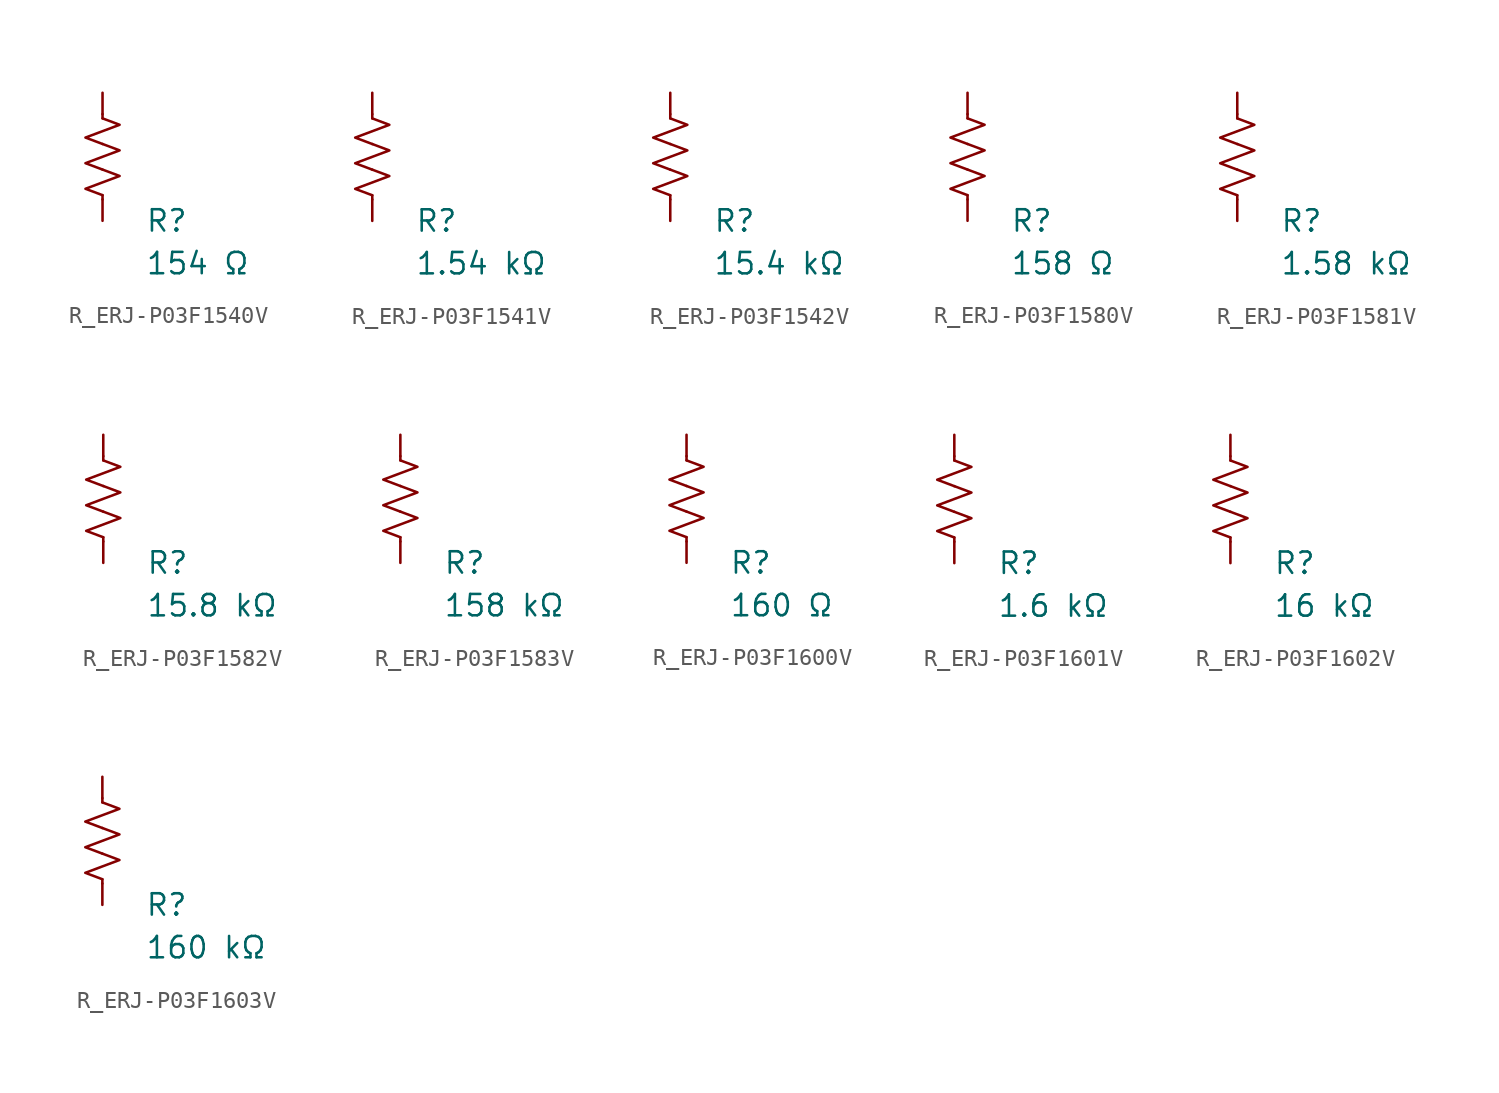
<source format=kicad_sym>
(kicad_symbol_lib
  (version 20231120)
  (generator "kicad_symbol_editor")
  (generator_version "8.0")
  (symbol "R_ERJ-P03F1540V"
    (pin_numbers hide)
    (pin_names
      (offset 0))
    (property "Reference" "R"
      (at 2.54 -3.81 0)
      (effects (font (size 1.27 1.27)) (justify left))
      (show_name no))
    (property "Value" "154 Ω"
      (at 2.54 -6.35 0)
      (effects (font (size 1.27 1.27)) (justify left))
      (show_name no))
    (symbol "R_ERJ-P03F1540V_0_1"
      (polyline (pts (xy 0 -2.286) (xy 0 -2.54)) (stroke (width 0) (type default)) (fill (type none)))
      (polyline (pts (xy 0 2.286) (xy 0 2.54)) (stroke (width 0) (type default)) (fill (type none)))
      (polyline (pts (xy 0 -0.762) (xy 1.016 -1.143) (xy 0 -1.524) (xy -1.016 -1.905) (xy 0 -2.286)) (stroke (width 0) (type default)) (fill (type none)))
      (polyline (pts (xy 0 0.762) (xy 1.016 0.381) (xy 0 0) (xy -1.016 -0.381) (xy 0 -0.762)) (stroke (width 0) (type default)) (fill (type none)))
      (polyline (pts (xy 0 2.286) (xy 1.016 1.905) (xy 0 1.524) (xy -1.016 1.143) (xy 0 0.762)) (stroke (width 0) (type default)) (fill (type none))))
    (symbol "R_ERJ-P03F1540V_1_1"
      (pin passive line (at 0 3.81 270) (length 1.27) (name "~" (effects (font (size 1.27 1.27)))) (number "1" (effects (font (size 1.27 1.27)))))
      (pin passive line (at 0 -3.81 90) (length 1.27) (name "~" (effects (font (size 1.27 1.27)))) (number "2" (effects (font (size 1.27 1.27)))))))
  (symbol "R_ERJ-P03F1541V"
    (pin_numbers hide)
    (pin_names
      (offset 0))
    (property "Reference" "R"
      (at 2.54 -3.81 0)
      (effects (font (size 1.27 1.27)) (justify left))
      (show_name no))
    (property "Value" "1.54 kΩ"
      (at 2.54 -6.35 0)
      (effects (font (size 1.27 1.27)) (justify left))
      (show_name no))
    (symbol "R_ERJ-P03F1541V_0_1"
      (polyline (pts (xy 0 -2.286) (xy 0 -2.54)) (stroke (width 0) (type default)) (fill (type none)))
      (polyline (pts (xy 0 2.286) (xy 0 2.54)) (stroke (width 0) (type default)) (fill (type none)))
      (polyline (pts (xy 0 -0.762) (xy 1.016 -1.143) (xy 0 -1.524) (xy -1.016 -1.905) (xy 0 -2.286)) (stroke (width 0) (type default)) (fill (type none)))
      (polyline (pts (xy 0 0.762) (xy 1.016 0.381) (xy 0 0) (xy -1.016 -0.381) (xy 0 -0.762)) (stroke (width 0) (type default)) (fill (type none)))
      (polyline (pts (xy 0 2.286) (xy 1.016 1.905) (xy 0 1.524) (xy -1.016 1.143) (xy 0 0.762)) (stroke (width 0) (type default)) (fill (type none))))
    (symbol "R_ERJ-P03F1541V_1_1"
      (pin passive line (at 0 3.81 270) (length 1.27) (name "~" (effects (font (size 1.27 1.27)))) (number "1" (effects (font (size 1.27 1.27)))))
      (pin passive line (at 0 -3.81 90) (length 1.27) (name "~" (effects (font (size 1.27 1.27)))) (number "2" (effects (font (size 1.27 1.27)))))))
  (symbol "R_ERJ-P03F1542V"
    (pin_numbers hide)
    (pin_names
      (offset 0))
    (property "Reference" "R"
      (at 2.54 -3.81 0)
      (effects (font (size 1.27 1.27)) (justify left))
      (show_name no))
    (property "Value" "15.4 kΩ"
      (at 2.54 -6.35 0)
      (effects (font (size 1.27 1.27)) (justify left))
      (show_name no))
    (symbol "R_ERJ-P03F1542V_0_1"
      (polyline (pts (xy 0 -2.286) (xy 0 -2.54)) (stroke (width 0) (type default)) (fill (type none)))
      (polyline (pts (xy 0 2.286) (xy 0 2.54)) (stroke (width 0) (type default)) (fill (type none)))
      (polyline (pts (xy 0 -0.762) (xy 1.016 -1.143) (xy 0 -1.524) (xy -1.016 -1.905) (xy 0 -2.286)) (stroke (width 0) (type default)) (fill (type none)))
      (polyline (pts (xy 0 0.762) (xy 1.016 0.381) (xy 0 0) (xy -1.016 -0.381) (xy 0 -0.762)) (stroke (width 0) (type default)) (fill (type none)))
      (polyline (pts (xy 0 2.286) (xy 1.016 1.905) (xy 0 1.524) (xy -1.016 1.143) (xy 0 0.762)) (stroke (width 0) (type default)) (fill (type none))))
    (symbol "R_ERJ-P03F1542V_1_1"
      (pin passive line (at 0 3.81 270) (length 1.27) (name "~" (effects (font (size 1.27 1.27)))) (number "1" (effects (font (size 1.27 1.27)))))
      (pin passive line (at 0 -3.81 90) (length 1.27) (name "~" (effects (font (size 1.27 1.27)))) (number "2" (effects (font (size 1.27 1.27)))))))
  (symbol "R_ERJ-P03F1580V"
    (pin_numbers hide)
    (pin_names
      (offset 0))
    (property "Reference" "R"
      (at 2.54 -3.81 0)
      (effects (font (size 1.27 1.27)) (justify left))
      (show_name no))
    (property "Value" "158 Ω"
      (at 2.54 -6.35 0)
      (effects (font (size 1.27 1.27)) (justify left))
      (show_name no))
    (symbol "R_ERJ-P03F1580V_0_1"
      (polyline (pts (xy 0 -2.286) (xy 0 -2.54)) (stroke (width 0) (type default)) (fill (type none)))
      (polyline (pts (xy 0 2.286) (xy 0 2.54)) (stroke (width 0) (type default)) (fill (type none)))
      (polyline (pts (xy 0 -0.762) (xy 1.016 -1.143) (xy 0 -1.524) (xy -1.016 -1.905) (xy 0 -2.286)) (stroke (width 0) (type default)) (fill (type none)))
      (polyline (pts (xy 0 0.762) (xy 1.016 0.381) (xy 0 0) (xy -1.016 -0.381) (xy 0 -0.762)) (stroke (width 0) (type default)) (fill (type none)))
      (polyline (pts (xy 0 2.286) (xy 1.016 1.905) (xy 0 1.524) (xy -1.016 1.143) (xy 0 0.762)) (stroke (width 0) (type default)) (fill (type none))))
    (symbol "R_ERJ-P03F1580V_1_1"
      (pin passive line (at 0 3.81 270) (length 1.27) (name "~" (effects (font (size 1.27 1.27)))) (number "1" (effects (font (size 1.27 1.27)))))
      (pin passive line (at 0 -3.81 90) (length 1.27) (name "~" (effects (font (size 1.27 1.27)))) (number "2" (effects (font (size 1.27 1.27)))))))
  (symbol "R_ERJ-P03F1581V"
    (pin_numbers hide)
    (pin_names
      (offset 0))
    (property "Reference" "R"
      (at 2.54 -3.81 0)
      (effects (font (size 1.27 1.27)) (justify left))
      (show_name no))
    (property "Value" "1.58 kΩ"
      (at 2.54 -6.35 0)
      (effects (font (size 1.27 1.27)) (justify left))
      (show_name no))
    (symbol "R_ERJ-P03F1581V_0_1"
      (polyline (pts (xy 0 -2.286) (xy 0 -2.54)) (stroke (width 0) (type default)) (fill (type none)))
      (polyline (pts (xy 0 2.286) (xy 0 2.54)) (stroke (width 0) (type default)) (fill (type none)))
      (polyline (pts (xy 0 -0.762) (xy 1.016 -1.143) (xy 0 -1.524) (xy -1.016 -1.905) (xy 0 -2.286)) (stroke (width 0) (type default)) (fill (type none)))
      (polyline (pts (xy 0 0.762) (xy 1.016 0.381) (xy 0 0) (xy -1.016 -0.381) (xy 0 -0.762)) (stroke (width 0) (type default)) (fill (type none)))
      (polyline (pts (xy 0 2.286) (xy 1.016 1.905) (xy 0 1.524) (xy -1.016 1.143) (xy 0 0.762)) (stroke (width 0) (type default)) (fill (type none))))
    (symbol "R_ERJ-P03F1581V_1_1"
      (pin passive line (at 0 3.81 270) (length 1.27) (name "~" (effects (font (size 1.27 1.27)))) (number "1" (effects (font (size 1.27 1.27)))))
      (pin passive line (at 0 -3.81 90) (length 1.27) (name "~" (effects (font (size 1.27 1.27)))) (number "2" (effects (font (size 1.27 1.27)))))))
  (symbol "R_ERJ-P03F1582V"
    (pin_numbers hide)
    (pin_names
      (offset 0))
    (property "Reference" "R"
      (at 2.54 -3.81 0)
      (effects (font (size 1.27 1.27)) (justify left))
      (show_name no))
    (property "Value" "15.8 kΩ"
      (at 2.54 -6.35 0)
      (effects (font (size 1.27 1.27)) (justify left))
      (show_name no))
    (symbol "R_ERJ-P03F1582V_0_1"
      (polyline (pts (xy 0 -2.286) (xy 0 -2.54)) (stroke (width 0) (type default)) (fill (type none)))
      (polyline (pts (xy 0 2.286) (xy 0 2.54)) (stroke (width 0) (type default)) (fill (type none)))
      (polyline (pts (xy 0 -0.762) (xy 1.016 -1.143) (xy 0 -1.524) (xy -1.016 -1.905) (xy 0 -2.286)) (stroke (width 0) (type default)) (fill (type none)))
      (polyline (pts (xy 0 0.762) (xy 1.016 0.381) (xy 0 0) (xy -1.016 -0.381) (xy 0 -0.762)) (stroke (width 0) (type default)) (fill (type none)))
      (polyline (pts (xy 0 2.286) (xy 1.016 1.905) (xy 0 1.524) (xy -1.016 1.143) (xy 0 0.762)) (stroke (width 0) (type default)) (fill (type none))))
    (symbol "R_ERJ-P03F1582V_1_1"
      (pin passive line (at 0 3.81 270) (length 1.27) (name "~" (effects (font (size 1.27 1.27)))) (number "1" (effects (font (size 1.27 1.27)))))
      (pin passive line (at 0 -3.81 90) (length 1.27) (name "~" (effects (font (size 1.27 1.27)))) (number "2" (effects (font (size 1.27 1.27)))))))
  (symbol "R_ERJ-P03F1583V"
    (pin_numbers hide)
    (pin_names
      (offset 0))
    (property "Reference" "R"
      (at 2.54 -3.81 0)
      (effects (font (size 1.27 1.27)) (justify left))
      (show_name no))
    (property "Value" "158 kΩ"
      (at 2.54 -6.35 0)
      (effects (font (size 1.27 1.27)) (justify left))
      (show_name no))
    (symbol "R_ERJ-P03F1583V_0_1"
      (polyline (pts (xy 0 -2.286) (xy 0 -2.54)) (stroke (width 0) (type default)) (fill (type none)))
      (polyline (pts (xy 0 2.286) (xy 0 2.54)) (stroke (width 0) (type default)) (fill (type none)))
      (polyline (pts (xy 0 -0.762) (xy 1.016 -1.143) (xy 0 -1.524) (xy -1.016 -1.905) (xy 0 -2.286)) (stroke (width 0) (type default)) (fill (type none)))
      (polyline (pts (xy 0 0.762) (xy 1.016 0.381) (xy 0 0) (xy -1.016 -0.381) (xy 0 -0.762)) (stroke (width 0) (type default)) (fill (type none)))
      (polyline (pts (xy 0 2.286) (xy 1.016 1.905) (xy 0 1.524) (xy -1.016 1.143) (xy 0 0.762)) (stroke (width 0) (type default)) (fill (type none))))
    (symbol "R_ERJ-P03F1583V_1_1"
      (pin passive line (at 0 3.81 270) (length 1.27) (name "~" (effects (font (size 1.27 1.27)))) (number "1" (effects (font (size 1.27 1.27)))))
      (pin passive line (at 0 -3.81 90) (length 1.27) (name "~" (effects (font (size 1.27 1.27)))) (number "2" (effects (font (size 1.27 1.27)))))))
  (symbol "R_ERJ-P03F1600V"
    (pin_numbers hide)
    (pin_names
      (offset 0))
    (property "Reference" "R"
      (at 2.54 -3.81 0)
      (effects (font (size 1.27 1.27)) (justify left))
      (show_name no))
    (property "Value" "160 Ω"
      (at 2.54 -6.35 0)
      (effects (font (size 1.27 1.27)) (justify left))
      (show_name no))
    (symbol "R_ERJ-P03F1600V_0_1"
      (polyline (pts (xy 0 -2.286) (xy 0 -2.54)) (stroke (width 0) (type default)) (fill (type none)))
      (polyline (pts (xy 0 2.286) (xy 0 2.54)) (stroke (width 0) (type default)) (fill (type none)))
      (polyline (pts (xy 0 -0.762) (xy 1.016 -1.143) (xy 0 -1.524) (xy -1.016 -1.905) (xy 0 -2.286)) (stroke (width 0) (type default)) (fill (type none)))
      (polyline (pts (xy 0 0.762) (xy 1.016 0.381) (xy 0 0) (xy -1.016 -0.381) (xy 0 -0.762)) (stroke (width 0) (type default)) (fill (type none)))
      (polyline (pts (xy 0 2.286) (xy 1.016 1.905) (xy 0 1.524) (xy -1.016 1.143) (xy 0 0.762)) (stroke (width 0) (type default)) (fill (type none))))
    (symbol "R_ERJ-P03F1600V_1_1"
      (pin passive line (at 0 3.81 270) (length 1.27) (name "~" (effects (font (size 1.27 1.27)))) (number "1" (effects (font (size 1.27 1.27)))))
      (pin passive line (at 0 -3.81 90) (length 1.27) (name "~" (effects (font (size 1.27 1.27)))) (number "2" (effects (font (size 1.27 1.27)))))))
  (symbol "R_ERJ-P03F1601V"
    (pin_numbers hide)
    (pin_names
      (offset 0))
    (property "Reference" "R"
      (at 2.54 -3.81 0)
      (effects (font (size 1.27 1.27)) (justify left))
      (show_name no))
    (property "Value" "1.6 kΩ"
      (at 2.54 -6.35 0)
      (effects (font (size 1.27 1.27)) (justify left))
      (show_name no))
    (symbol "R_ERJ-P03F1601V_0_1"
      (polyline (pts (xy 0 -2.286) (xy 0 -2.54)) (stroke (width 0) (type default)) (fill (type none)))
      (polyline (pts (xy 0 2.286) (xy 0 2.54)) (stroke (width 0) (type default)) (fill (type none)))
      (polyline (pts (xy 0 -0.762) (xy 1.016 -1.143) (xy 0 -1.524) (xy -1.016 -1.905) (xy 0 -2.286)) (stroke (width 0) (type default)) (fill (type none)))
      (polyline (pts (xy 0 0.762) (xy 1.016 0.381) (xy 0 0) (xy -1.016 -0.381) (xy 0 -0.762)) (stroke (width 0) (type default)) (fill (type none)))
      (polyline (pts (xy 0 2.286) (xy 1.016 1.905) (xy 0 1.524) (xy -1.016 1.143) (xy 0 0.762)) (stroke (width 0) (type default)) (fill (type none))))
    (symbol "R_ERJ-P03F1601V_1_1"
      (pin passive line (at 0 3.81 270) (length 1.27) (name "~" (effects (font (size 1.27 1.27)))) (number "1" (effects (font (size 1.27 1.27)))))
      (pin passive line (at 0 -3.81 90) (length 1.27) (name "~" (effects (font (size 1.27 1.27)))) (number "2" (effects (font (size 1.27 1.27)))))))
  (symbol "R_ERJ-P03F1602V"
    (pin_numbers hide)
    (pin_names
      (offset 0))
    (property "Reference" "R"
      (at 2.54 -3.81 0)
      (effects (font (size 1.27 1.27)) (justify left))
      (show_name no))
    (property "Value" "16 kΩ"
      (at 2.54 -6.35 0)
      (effects (font (size 1.27 1.27)) (justify left))
      (show_name no))
    (symbol "R_ERJ-P03F1602V_0_1"
      (polyline (pts (xy 0 -2.286) (xy 0 -2.54)) (stroke (width 0) (type default)) (fill (type none)))
      (polyline (pts (xy 0 2.286) (xy 0 2.54)) (stroke (width 0) (type default)) (fill (type none)))
      (polyline (pts (xy 0 -0.762) (xy 1.016 -1.143) (xy 0 -1.524) (xy -1.016 -1.905) (xy 0 -2.286)) (stroke (width 0) (type default)) (fill (type none)))
      (polyline (pts (xy 0 0.762) (xy 1.016 0.381) (xy 0 0) (xy -1.016 -0.381) (xy 0 -0.762)) (stroke (width 0) (type default)) (fill (type none)))
      (polyline (pts (xy 0 2.286) (xy 1.016 1.905) (xy 0 1.524) (xy -1.016 1.143) (xy 0 0.762)) (stroke (width 0) (type default)) (fill (type none))))
    (symbol "R_ERJ-P03F1602V_1_1"
      (pin passive line (at 0 3.81 270) (length 1.27) (name "~" (effects (font (size 1.27 1.27)))) (number "1" (effects (font (size 1.27 1.27)))))
      (pin passive line (at 0 -3.81 90) (length 1.27) (name "~" (effects (font (size 1.27 1.27)))) (number "2" (effects (font (size 1.27 1.27)))))))
  (symbol "R_ERJ-P03F1603V"
    (pin_numbers hide)
    (pin_names
      (offset 0))
    (property "Reference" "R"
      (at 2.54 -3.81 0)
      (effects (font (size 1.27 1.27)) (justify left))
      (show_name no))
    (property "Value" "160 kΩ"
      (at 2.54 -6.35 0)
      (effects (font (size 1.27 1.27)) (justify left))
      (show_name no))
    (symbol "R_ERJ-P03F1603V_0_1"
      (polyline (pts (xy 0 -2.286) (xy 0 -2.54)) (stroke (width 0) (type default)) (fill (type none)))
      (polyline (pts (xy 0 2.286) (xy 0 2.54)) (stroke (width 0) (type default)) (fill (type none)))
      (polyline (pts (xy 0 -0.762) (xy 1.016 -1.143) (xy 0 -1.524) (xy -1.016 -1.905) (xy 0 -2.286)) (stroke (width 0) (type default)) (fill (type none)))
      (polyline (pts (xy 0 0.762) (xy 1.016 0.381) (xy 0 0) (xy -1.016 -0.381) (xy 0 -0.762)) (stroke (width 0) (type default)) (fill (type none)))
      (polyline (pts (xy 0 2.286) (xy 1.016 1.905) (xy 0 1.524) (xy -1.016 1.143) (xy 0 0.762)) (stroke (width 0) (type default)) (fill (type none))))
    (symbol "R_ERJ-P03F1603V_1_1"
      (pin passive line (at 0 3.81 270) (length 1.27) (name "~" (effects (font (size 1.27 1.27)))) (number "1" (effects (font (size 1.27 1.27)))))
      (pin passive line (at 0 -3.81 90) (length 1.27) (name "~" (effects (font (size 1.27 1.27)))) (number "2" (effects (font (size 1.27 1.27))))))))
</source>
